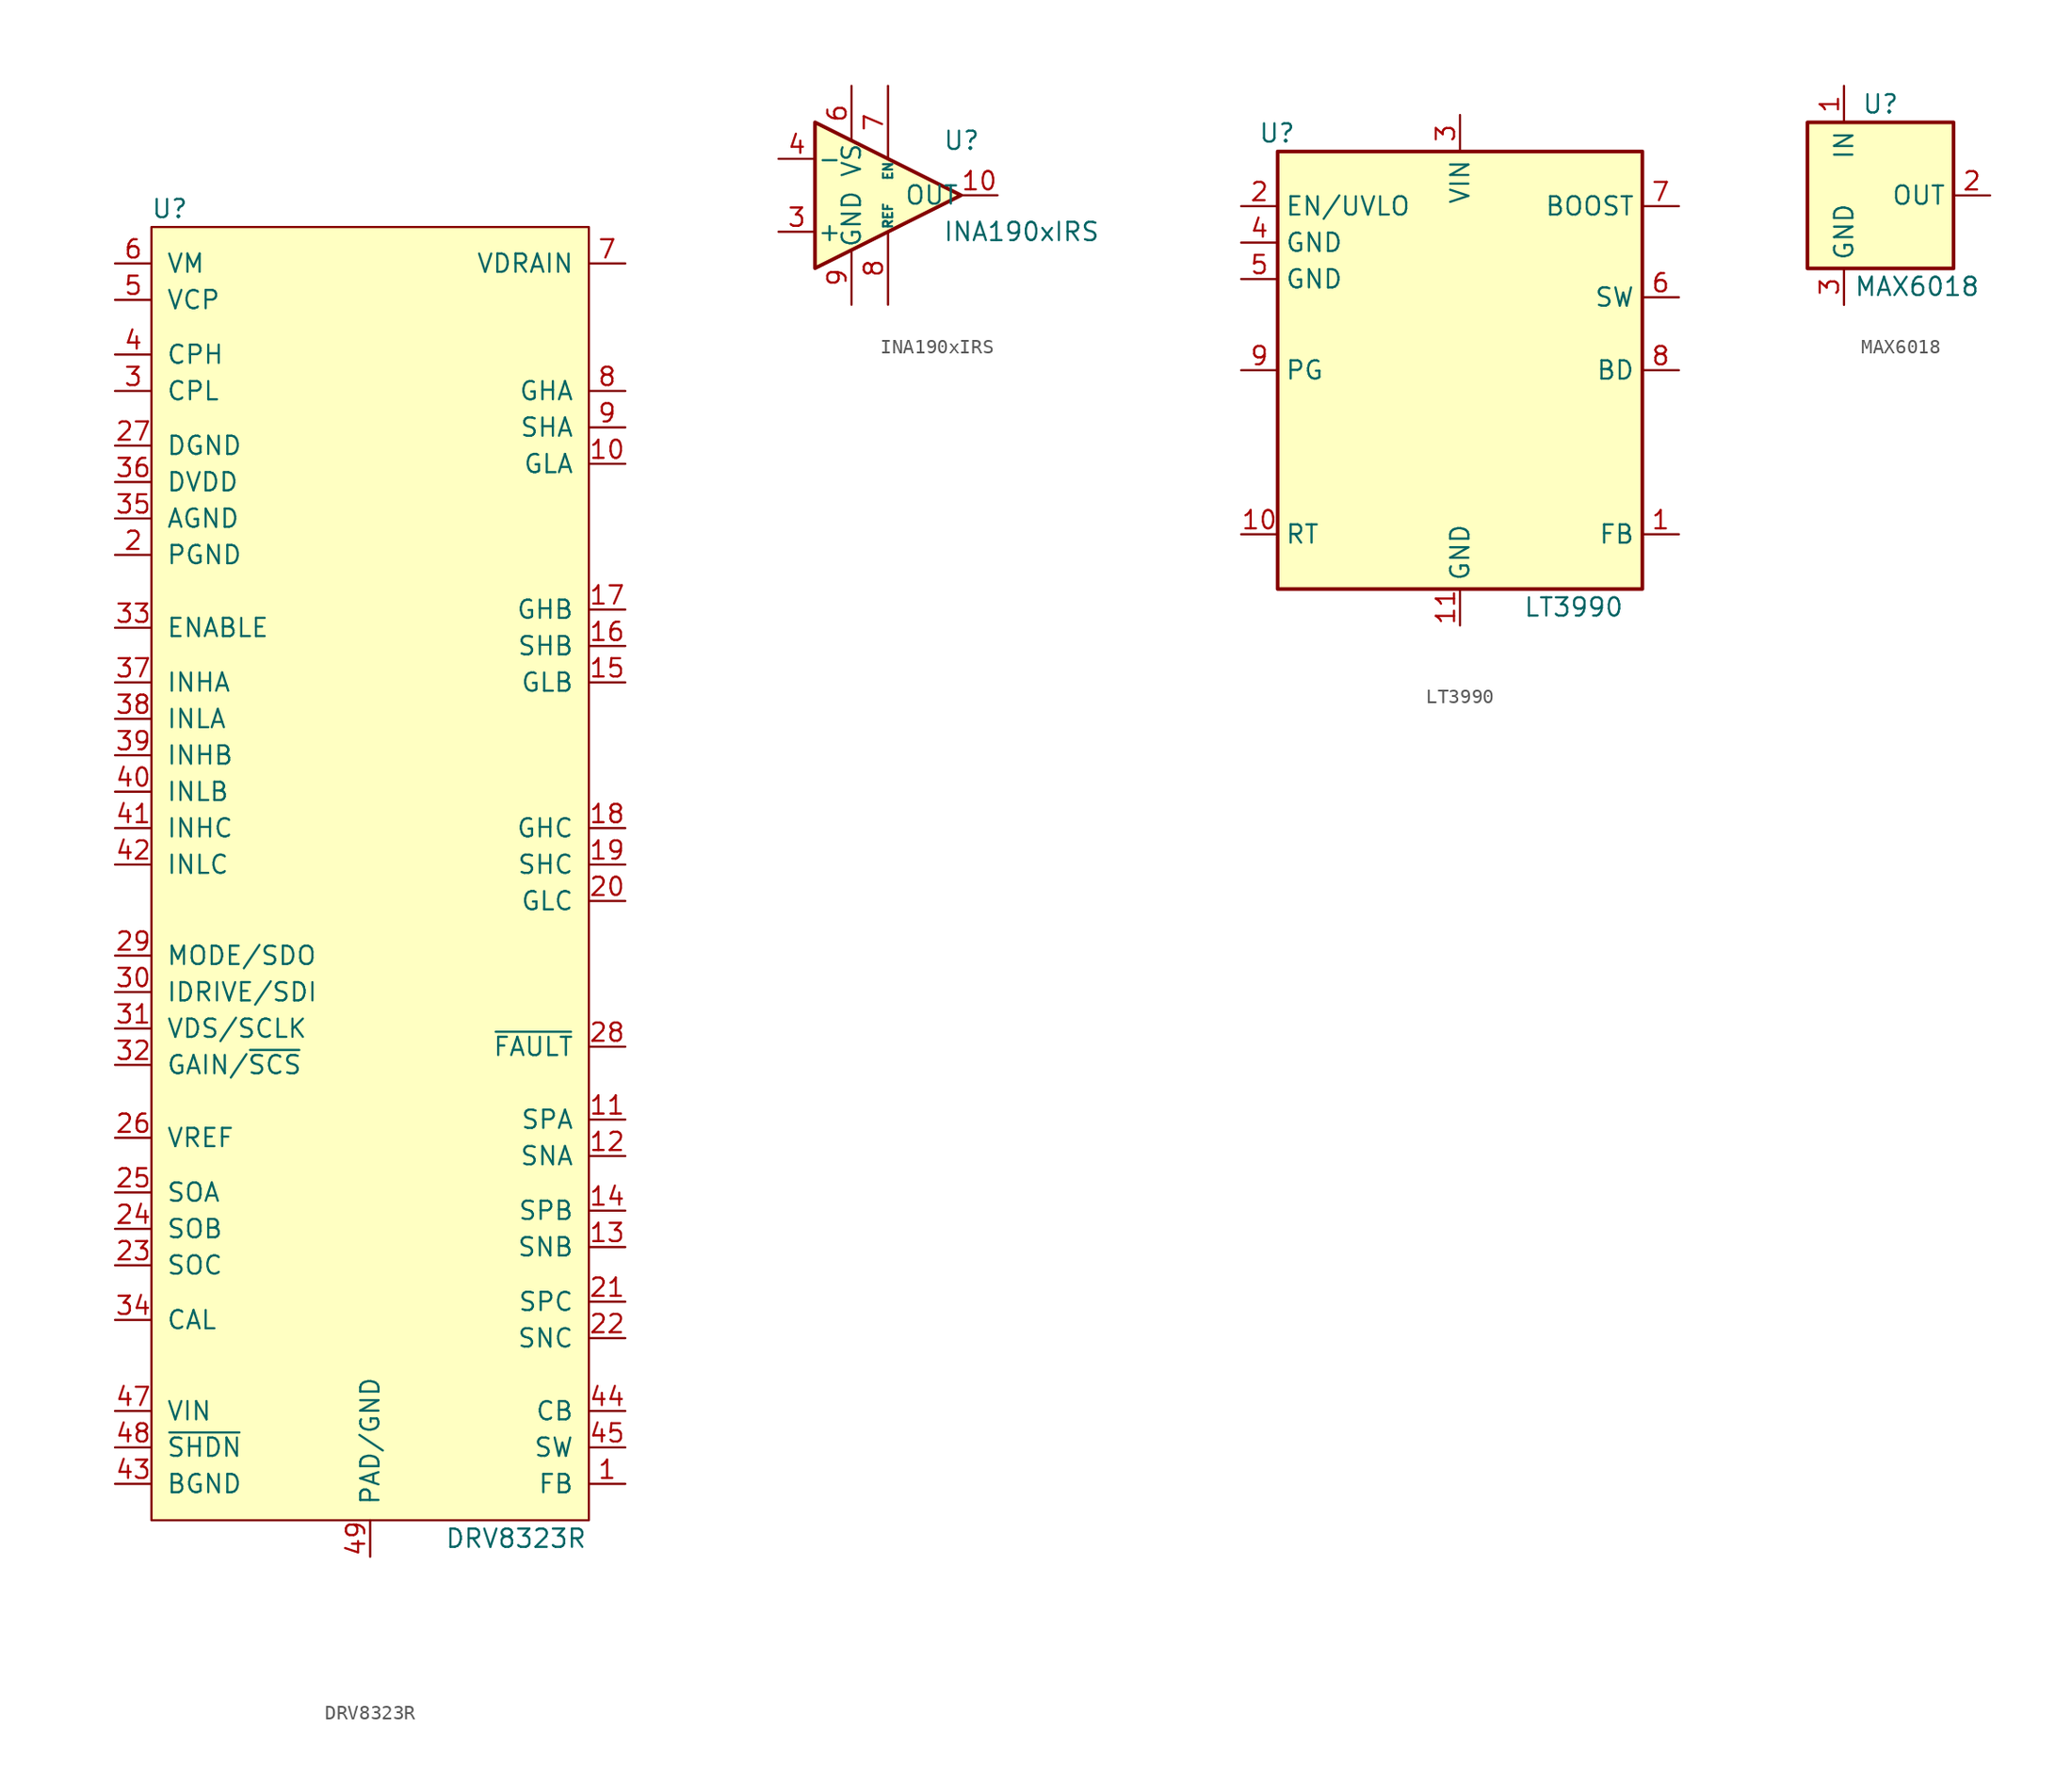
<source format=kicad_sym>
(kicad_symbol_lib
  (version 20231120)
  (generator "kicad_symbol_editor")
  (generator_version "8.0")
  (symbol "DRV8323R"
    (pin_names
      (offset 1.016))
    (property "Reference" "U"
      (at -13.97 48.26 0)
      (effects (font (size 1.27 1.27))))
    (property "Value" "DRV8323R"
      (at 10.16 -44.45 0)
      (effects (font (size 1.27 1.27))))
    (symbol "DRV8323R_0_0"
      (pin input line (at 17.78 -40.64 180) (length 2.54) (name "FB" (effects (font (size 1.27 1.27)))) (number "1" (effects (font (size 1.27 1.27)))))
      (pin power_out line (at 17.78 30.48 180) (length 2.54) (name "GLA" (effects (font (size 1.27 1.27)))) (number "10" (effects (font (size 1.27 1.27)))))
      (pin input line (at 17.78 -15.24 180) (length 2.54) (name "SPA" (effects (font (size 1.27 1.27)))) (number "11" (effects (font (size 1.27 1.27)))))
      (pin input line (at 17.78 -17.78 180) (length 2.54) (name "SNA" (effects (font (size 1.27 1.27)))) (number "12" (effects (font (size 1.27 1.27)))))
      (pin input line (at 17.78 -24.13 180) (length 2.54) (name "SNB" (effects (font (size 1.27 1.27)))) (number "13" (effects (font (size 1.27 1.27)))))
      (pin input line (at 17.78 -21.59 180) (length 2.54) (name "SPB" (effects (font (size 1.27 1.27)))) (number "14" (effects (font (size 1.27 1.27)))))
      (pin power_out line (at 17.78 15.24 180) (length 2.54) (name "GLB" (effects (font (size 1.27 1.27)))) (number "15" (effects (font (size 1.27 1.27)))))
      (pin input line (at 17.78 17.78 180) (length 2.54) (name "SHB" (effects (font (size 1.27 1.27)))) (number "16" (effects (font (size 1.27 1.27)))))
      (pin power_out line (at 17.78 20.32 180) (length 2.54) (name "GHB" (effects (font (size 1.27 1.27)))) (number "17" (effects (font (size 1.27 1.27)))))
      (pin power_out line (at 17.78 5.08 180) (length 2.54) (name "GHC" (effects (font (size 1.27 1.27)))) (number "18" (effects (font (size 1.27 1.27)))))
      (pin input line (at 17.78 2.54 180) (length 2.54) (name "SHC" (effects (font (size 1.27 1.27)))) (number "19" (effects (font (size 1.27 1.27)))))
      (pin power_in line (at -17.78 24.13 0) (length 2.54) (name "PGND" (effects (font (size 1.27 1.27)))) (number "2" (effects (font (size 1.27 1.27)))))
      (pin power_out line (at 17.78 0 180) (length 2.54) (name "GLC" (effects (font (size 1.27 1.27)))) (number "20" (effects (font (size 1.27 1.27)))))
      (pin input line (at 17.78 -27.94 180) (length 2.54) (name "SPC" (effects (font (size 1.27 1.27)))) (number "21" (effects (font (size 1.27 1.27)))))
      (pin input line (at 17.78 -30.48 180) (length 2.54) (name "SNC" (effects (font (size 1.27 1.27)))) (number "22" (effects (font (size 1.27 1.27)))))
      (pin output line (at -17.78 -25.4 0) (length 2.54) (name "SOC" (effects (font (size 1.27 1.27)))) (number "23" (effects (font (size 1.27 1.27)))))
      (pin output line (at -17.78 -22.86 0) (length 2.54) (name "SOB" (effects (font (size 1.27 1.27)))) (number "24" (effects (font (size 1.27 1.27)))))
      (pin output line (at -17.78 -20.32 0) (length 2.54) (name "SOA" (effects (font (size 1.27 1.27)))) (number "25" (effects (font (size 1.27 1.27)))))
      (pin power_in line (at -17.78 -16.51 0) (length 2.54) (name "VREF" (effects (font (size 1.27 1.27)))) (number "26" (effects (font (size 1.27 1.27)))))
      (pin power_in line (at -17.78 31.75 0) (length 2.54) (name "DGND" (effects (font (size 1.27 1.27)))) (number "27" (effects (font (size 1.27 1.27)))))
      (pin output line (at 17.78 -10.16 180) (length 2.54) (name "~{FAULT}" (effects (font (size 1.27 1.27)))) (number "28" (effects (font (size 1.27 1.27)))))
      (pin bidirectional line (at -17.78 -3.81 0) (length 2.54) (name "MODE/SDO" (effects (font (size 1.27 1.27)))) (number "29" (effects (font (size 1.27 1.27)))))
      (pin power_out line (at -17.78 35.56 0) (length 2.54) (name "CPL" (effects (font (size 1.27 1.27)))) (number "3" (effects (font (size 1.27 1.27)))))
      (pin input line (at -17.78 -6.35 0) (length 2.54) (name "IDRIVE/SDI" (effects (font (size 1.27 1.27)))) (number "30" (effects (font (size 1.27 1.27)))))
      (pin input line (at -17.78 -8.89 0) (length 2.54) (name "VDS/SCLK" (effects (font (size 1.27 1.27)))) (number "31" (effects (font (size 1.27 1.27)))))
      (pin input line (at -17.78 -11.43 0) (length 2.54) (name "GAIN/~{SCS}" (effects (font (size 1.27 1.27)))) (number "32" (effects (font (size 1.27 1.27)))))
      (pin input line (at -17.78 19.05 0) (length 2.54) (name "ENABLE" (effects (font (size 1.27 1.27)))) (number "33" (effects (font (size 1.27 1.27)))))
      (pin input line (at -17.78 -29.21 0) (length 2.54) (name "CAL" (effects (font (size 1.27 1.27)))) (number "34" (effects (font (size 1.27 1.27)))))
      (pin power_in line (at -17.78 26.67 0) (length 2.54) (name "AGND" (effects (font (size 1.27 1.27)))) (number "35" (effects (font (size 1.27 1.27)))))
      (pin power_out line (at -17.78 29.21 0) (length 2.54) (name "DVDD" (effects (font (size 1.27 1.27)))) (number "36" (effects (font (size 1.27 1.27)))))
      (pin input line (at -17.78 15.24 0) (length 2.54) (name "INHA" (effects (font (size 1.27 1.27)))) (number "37" (effects (font (size 1.27 1.27)))))
      (pin input line (at -17.78 12.7 0) (length 2.54) (name "INLA" (effects (font (size 1.27 1.27)))) (number "38" (effects (font (size 1.27 1.27)))))
      (pin input line (at -17.78 10.16 0) (length 2.54) (name "INHB" (effects (font (size 1.27 1.27)))) (number "39" (effects (font (size 1.27 1.27)))))
      (pin power_out line (at -17.78 38.1 0) (length 2.54) (name "CPH" (effects (font (size 1.27 1.27)))) (number "4" (effects (font (size 1.27 1.27)))))
      (pin input line (at -17.78 7.62 0) (length 2.54) (name "INLB" (effects (font (size 1.27 1.27)))) (number "40" (effects (font (size 1.27 1.27)))))
      (pin input line (at -17.78 5.08 0) (length 2.54) (name "INHC" (effects (font (size 1.27 1.27)))) (number "41" (effects (font (size 1.27 1.27)))))
      (pin input line (at -17.78 2.54 0) (length 2.54) (name "INLC" (effects (font (size 1.27 1.27)))) (number "42" (effects (font (size 1.27 1.27)))))
      (pin power_in line (at -17.78 -40.64 0) (length 2.54) (name "BGND" (effects (font (size 1.27 1.27)))) (number "43" (effects (font (size 1.27 1.27)))))
      (pin power_in line (at 17.78 -35.56 180) (length 2.54) (name "CB" (effects (font (size 1.27 1.27)))) (number "44" (effects (font (size 1.27 1.27)))))
      (pin power_out line (at 17.78 -38.1 180) (length 2.54) (name "SW" (effects (font (size 1.27 1.27)))) (number "45" (effects (font (size 1.27 1.27)))))
      (pin no_connect line (at -3.81 -45.72 90) (length 2.54) hide (name "NC" (effects (font (size 1.27 1.27)))) (number "46" (effects (font (size 1.27 1.27)))))
      (pin power_in line (at -17.78 -35.56 0) (length 2.54) (name "VIN" (effects (font (size 1.27 1.27)))) (number "47" (effects (font (size 1.27 1.27)))))
      (pin input line (at -17.78 -38.1 0) (length 2.54) (name "~{SHDN}" (effects (font (size 1.27 1.27)))) (number "48" (effects (font (size 1.27 1.27)))))
      (pin power_in line (at 0 -45.72 90) (length 2.54) (name "PAD/GND" (effects (font (size 1.27 1.27)))) (number "49" (effects (font (size 1.27 1.27)))))
      (pin power_out line (at -17.78 41.91 0) (length 2.54) (name "VCP" (effects (font (size 1.27 1.27)))) (number "5" (effects (font (size 1.27 1.27)))))
      (pin power_out line (at -17.78 44.45 0) (length 2.54) (name "VM" (effects (font (size 1.27 1.27)))) (number "6" (effects (font (size 1.27 1.27)))))
      (pin input line (at 17.78 44.45 180) (length 2.54) (name "VDRAIN" (effects (font (size 1.27 1.27)))) (number "7" (effects (font (size 1.27 1.27)))))
      (pin power_out line (at 17.78 35.56 180) (length 2.54) (name "GHA" (effects (font (size 1.27 1.27)))) (number "8" (effects (font (size 1.27 1.27)))))
      (pin input line (at 17.78 33.02 180) (length 2.54) (name "SHA" (effects (font (size 1.27 1.27)))) (number "9" (effects (font (size 1.27 1.27))))))
    (symbol "DRV8323R_0_1"
      (rectangle (start -15.24 46.99) (end 15.24 -43.18) (stroke (width 0) (type default)) (fill (type background)))))
  (symbol "INA190xIRS"
    (pin_names
      (offset 0.127))
    (property "Reference" "U"
      (at 3.81 3.81 0)
      (effects (font (size 1.27 1.27)) (justify left)))
    (property "Value" "INA190xIRS"
      (at 3.81 -2.54 0)
      (effects (font (size 1.27 1.27)) (justify left)))
    (symbol "INA190xIRS_0_1"
      (polyline (pts (xy 5.08 0) (xy -5.08 5.08) (xy -5.08 -5.08) (xy 5.08 0)) (stroke (width 0.254) (type default)) (fill (type background))))
    (symbol "INA190xIRS_1_1"
      (pin output line (at 7.62 0 180) (length 2.54) (name "OUT" (effects (font (size 1.27 1.27)))) (number "10" (effects (font (size 1.27 1.27)))))
      (pin input line (at -7.62 -2.54 0) (length 2.54) (name "+" (effects (font (size 1.27 1.27)))) (number "3" (effects (font (size 1.27 1.27)))))
      (pin input line (at -7.62 2.54 0) (length 2.54) (name "-" (effects (font (size 1.27 1.27)))) (number "4" (effects (font (size 1.27 1.27)))))
      (pin power_in line (at -2.54 7.62 270) (length 3.81) (name "VS" (effects (font (size 1.27 1.27)))) (number "6" (effects (font (size 1.27 1.27)))))
      (pin input line (at 0 7.62 270) (length 5.08) (name "EN" (effects (font (size 0.635 0.635)))) (number "7" (effects (font (size 1.27 1.27)))))
      (pin input line (at 0 -7.62 90) (length 5.08) (name "REF" (effects (font (size 0.635 0.635)))) (number "8" (effects (font (size 1.27 1.27)))))
      (pin power_in line (at -2.54 -7.62 90) (length 3.81) (name "GND" (effects (font (size 1.27 1.27)))) (number "9" (effects (font (size 1.27 1.27)))))))
  (symbol "LT3990"
    (property "Reference" "U"
      (at -11.43 16.51 0)
      (effects (font (size 1.27 1.27)) (justify right)))
    (property "Value" "LT3990"
      (at 11.43 -16.51 0)
      (effects (font (size 1.27 1.27)) (justify right)))
    (symbol "LT3990_0_0"
      (pin power_in line (at -15.24 8.89 0) (length 2.54) (name "GND" (effects (font (size 1.27 1.27)))) (number "4" (effects (font (size 1.27 1.27)))))
      (pin power_in line (at -15.24 6.35 0) (length 2.54) (name "GND" (effects (font (size 1.27 1.27)))) (number "5" (effects (font (size 1.27 1.27))))))
    (symbol "LT3990_0_1"
      (rectangle (start -12.7 15.24) (end 12.7 -15.24) (stroke (width 0.254) (type default)) (fill (type background))))
    (symbol "LT3990_1_1"
      (pin input line (at 15.24 -11.43 180) (length 2.54) (name "FB" (effects (font (size 1.27 1.27)))) (number "1" (effects (font (size 1.27 1.27)))))
      (pin input line (at -15.24 -11.43 0) (length 2.54) (name "RT" (effects (font (size 1.27 1.27)))) (number "10" (effects (font (size 1.27 1.27)))))
      (pin power_in line (at 0 -17.78 90) (length 2.54) (name "GND" (effects (font (size 1.27 1.27)))) (number "11" (effects (font (size 1.27 1.27)))))
      (pin input line (at -15.24 11.43 0) (length 2.54) (name "EN/UVLO" (effects (font (size 1.27 1.27)))) (number "2" (effects (font (size 1.27 1.27)))))
      (pin power_in line (at 0 17.78 270) (length 2.54) (name "VIN" (effects (font (size 1.27 1.27)))) (number "3" (effects (font (size 1.27 1.27)))))
      (pin passive line (at 15.24 5.08 180) (length 2.54) (name "SW" (effects (font (size 1.27 1.27)))) (number "6" (effects (font (size 1.27 1.27)))))
      (pin passive line (at 15.24 11.43 180) (length 2.54) (name "BOOST" (effects (font (size 1.27 1.27)))) (number "7" (effects (font (size 1.27 1.27)))))
      (pin power_in line (at 15.24 0 180) (length 2.54) (name "BD" (effects (font (size 1.27 1.27)))) (number "8" (effects (font (size 1.27 1.27)))))
      (pin input line (at -15.24 0 0) (length 2.54) (name "PG" (effects (font (size 1.27 1.27)))) (number "9" (effects (font (size 1.27 1.27)))))))
  (symbol "MAX6018"
    (property "Reference" "U"
      (at 0 6.35 0)
      (effects (font (size 1.27 1.27))))
    (property "Value" "MAX6018"
      (at 2.54 -6.35 0)
      (effects (font (size 1.27 1.27))))
    (symbol "MAX6018_0_1"
      (rectangle (start -5.08 5.08) (end 5.08 -5.08) (stroke (width 0.254) (type default)) (fill (type background))))
    (symbol "MAX6018_1_1"
      (pin power_in line (at -2.54 7.62 270) (length 2.54) (name "IN" (effects (font (size 1.27 1.27)))) (number "1" (effects (font (size 1.27 1.27)))))
      (pin power_out line (at 7.62 0 180) (length 2.54) (name "OUT" (effects (font (size 1.27 1.27)))) (number "2" (effects (font (size 1.27 1.27)))))
      (pin power_in line (at -2.54 -7.62 90) (length 2.54) (name "GND" (effects (font (size 1.27 1.27)))) (number "3" (effects (font (size 1.27 1.27))))))))
</source>
